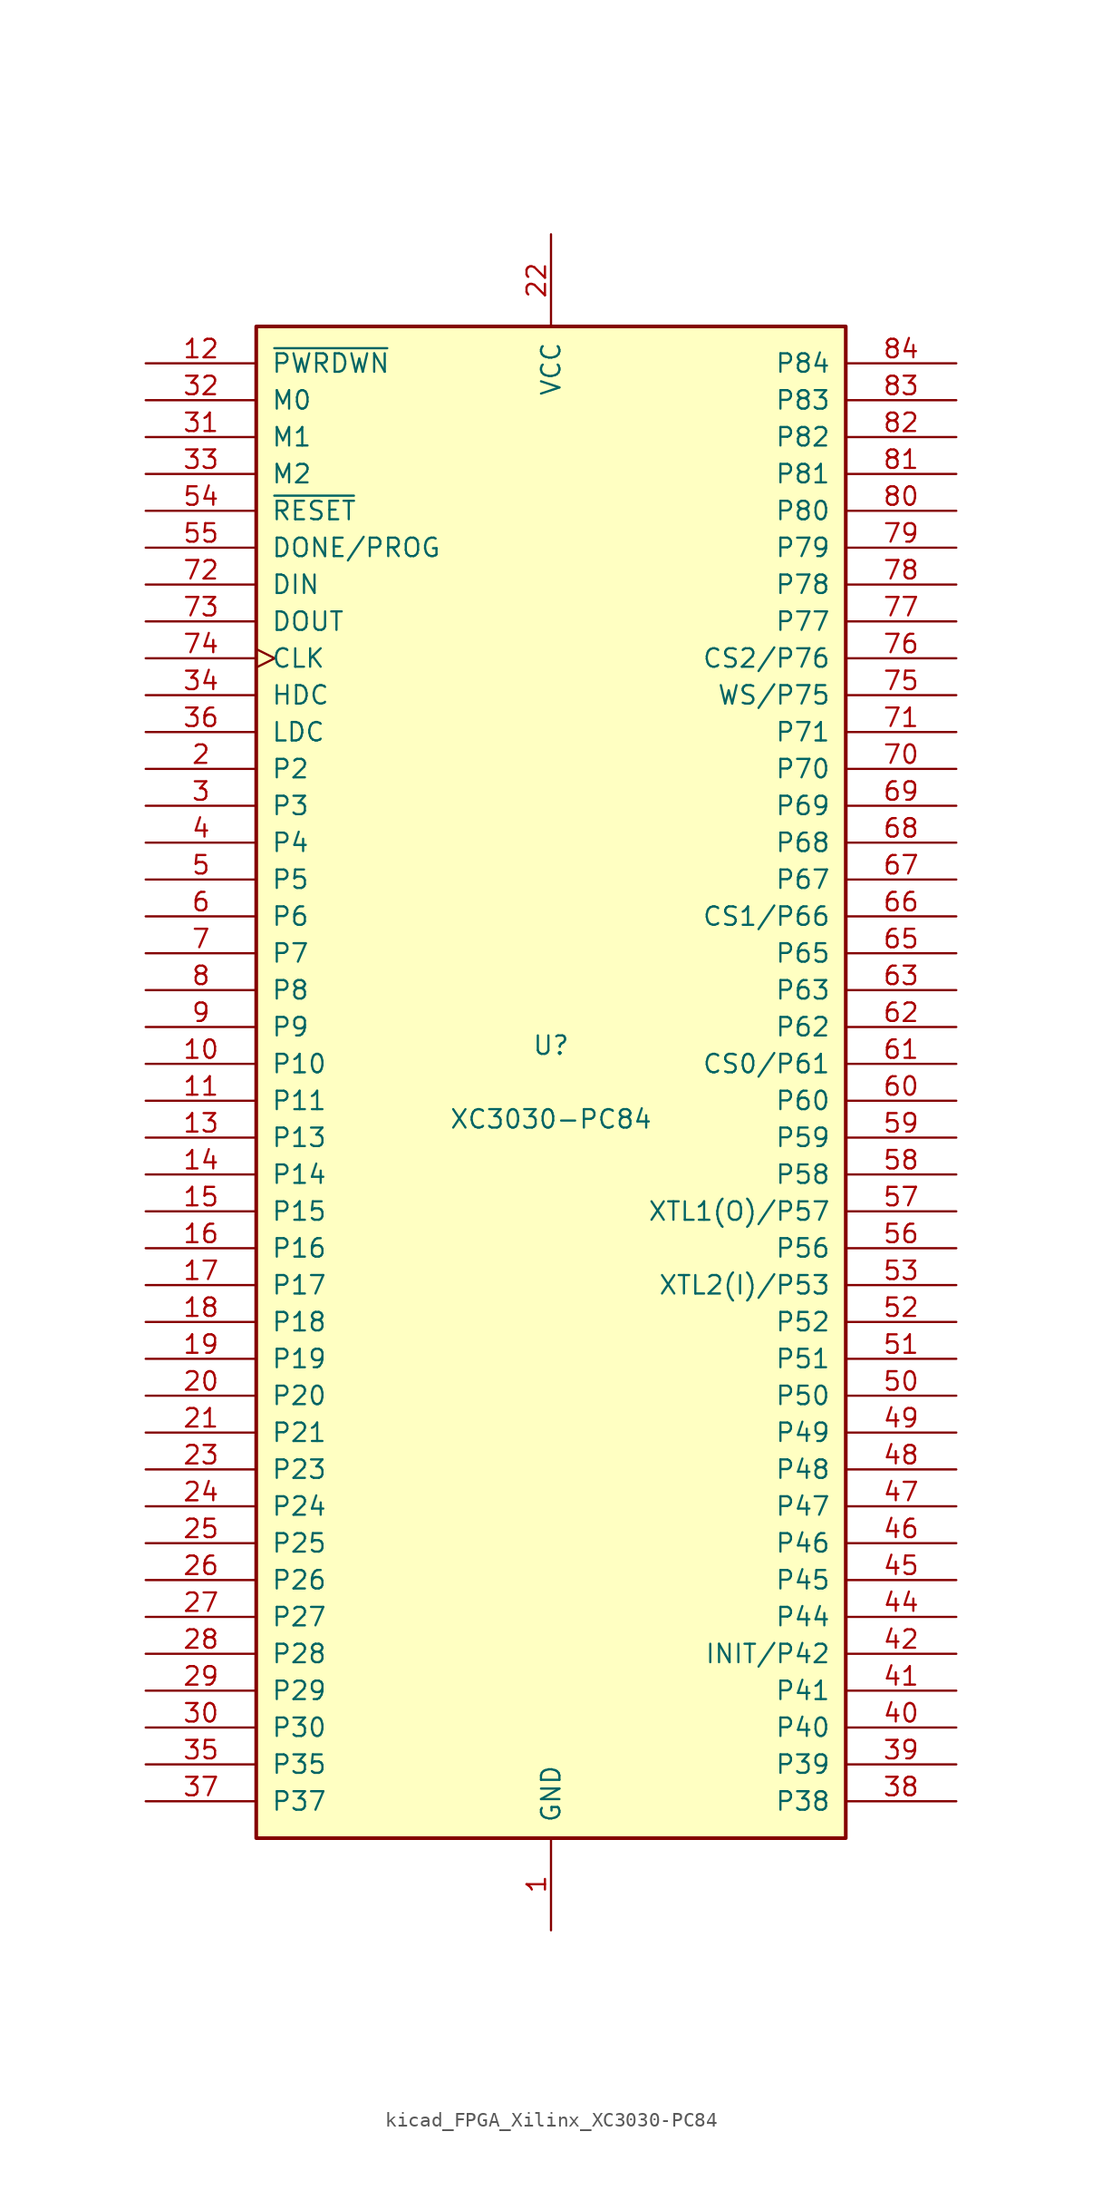
<source format=kicad_sym>
(kicad_symbol_lib
  (version 20220914)
  (generator kicad_symbol_editor)
  (symbol "kicad_FPGA_Xilinx_XC3030-PC84"
    (pin_names
      (offset 1.016))
    (property "Reference" "U"
      (at 0 2.54 0)
      (effects (font (size 1.27 1.27))))
    (property "Value" "XC3030-PC84"
      (at 0 -2.54 0)
      (effects (font (size 1.27 1.27))))
    (symbol "kicad_FPGA_Xilinx_XC3030-PC84_0_1"
      (rectangle (start -20.32 -52.07) (end 20.32 52.07) (stroke (width 0.254) (type default)) (fill (type background))))
    (symbol "kicad_FPGA_Xilinx_XC3030-PC84_1_1"
      (pin power_in line (at 0 -58.42 90) (length 6.35) (name "GND" (effects (font (size 1.27 1.27)))) (number "1" (effects (font (size 1.27 1.27)))))
      (pin passive line (at -27.94 1.27 0) (length 7.62) (name "P10" (effects (font (size 1.27 1.27)))) (number "10" (effects (font (size 1.27 1.27)))))
      (pin passive line (at -27.94 -1.27 0) (length 7.62) (name "P11" (effects (font (size 1.27 1.27)))) (number "11" (effects (font (size 1.27 1.27)))))
      (pin input line (at -27.94 49.53 0) (length 7.62) (name "~{PWRDWN}" (effects (font (size 1.27 1.27)))) (number "12" (effects (font (size 1.27 1.27)))))
      (pin passive line (at -27.94 -3.81 0) (length 7.62) (name "P13" (effects (font (size 1.27 1.27)))) (number "13" (effects (font (size 1.27 1.27)))))
      (pin passive line (at -27.94 -6.35 0) (length 7.62) (name "P14" (effects (font (size 1.27 1.27)))) (number "14" (effects (font (size 1.27 1.27)))))
      (pin passive line (at -27.94 -8.89 0) (length 7.62) (name "P15" (effects (font (size 1.27 1.27)))) (number "15" (effects (font (size 1.27 1.27)))))
      (pin passive line (at -27.94 -11.43 0) (length 7.62) (name "P16" (effects (font (size 1.27 1.27)))) (number "16" (effects (font (size 1.27 1.27)))))
      (pin passive line (at -27.94 -13.97 0) (length 7.62) (name "P17" (effects (font (size 1.27 1.27)))) (number "17" (effects (font (size 1.27 1.27)))))
      (pin passive line (at -27.94 -16.51 0) (length 7.62) (name "P18" (effects (font (size 1.27 1.27)))) (number "18" (effects (font (size 1.27 1.27)))))
      (pin passive line (at -27.94 -19.05 0) (length 7.62) (name "P19" (effects (font (size 1.27 1.27)))) (number "19" (effects (font (size 1.27 1.27)))))
      (pin passive line (at -27.94 21.59 0) (length 7.62) (name "P2" (effects (font (size 1.27 1.27)))) (number "2" (effects (font (size 1.27 1.27)))))
      (pin passive line (at -27.94 -21.59 0) (length 7.62) (name "P20" (effects (font (size 1.27 1.27)))) (number "20" (effects (font (size 1.27 1.27)))))
      (pin passive line (at -27.94 -24.13 0) (length 7.62) (name "P21" (effects (font (size 1.27 1.27)))) (number "21" (effects (font (size 1.27 1.27)))))
      (pin power_in line (at 0 58.42 270) (length 6.35) (name "VCC" (effects (font (size 1.27 1.27)))) (number "22" (effects (font (size 1.27 1.27)))))
      (pin passive line (at -27.94 -26.67 0) (length 7.62) (name "P23" (effects (font (size 1.27 1.27)))) (number "23" (effects (font (size 1.27 1.27)))))
      (pin passive line (at -27.94 -29.21 0) (length 7.62) (name "P24" (effects (font (size 1.27 1.27)))) (number "24" (effects (font (size 1.27 1.27)))))
      (pin passive line (at -27.94 -31.75 0) (length 7.62) (name "P25" (effects (font (size 1.27 1.27)))) (number "25" (effects (font (size 1.27 1.27)))))
      (pin passive line (at -27.94 -34.29 0) (length 7.62) (name "P26" (effects (font (size 1.27 1.27)))) (number "26" (effects (font (size 1.27 1.27)))))
      (pin passive line (at -27.94 -36.83 0) (length 7.62) (name "P27" (effects (font (size 1.27 1.27)))) (number "27" (effects (font (size 1.27 1.27)))))
      (pin passive line (at -27.94 -39.37 0) (length 7.62) (name "P28" (effects (font (size 1.27 1.27)))) (number "28" (effects (font (size 1.27 1.27)))))
      (pin passive line (at -27.94 -41.91 0) (length 7.62) (name "P29" (effects (font (size 1.27 1.27)))) (number "29" (effects (font (size 1.27 1.27)))))
      (pin passive line (at -27.94 19.05 0) (length 7.62) (name "P3" (effects (font (size 1.27 1.27)))) (number "3" (effects (font (size 1.27 1.27)))))
      (pin passive line (at -27.94 -44.45 0) (length 7.62) (name "P30" (effects (font (size 1.27 1.27)))) (number "30" (effects (font (size 1.27 1.27)))))
      (pin input line (at -27.94 44.45 0) (length 7.62) (name "M1" (effects (font (size 1.27 1.27)))) (number "31" (effects (font (size 1.27 1.27)))))
      (pin input line (at -27.94 46.99 0) (length 7.62) (name "M0" (effects (font (size 1.27 1.27)))) (number "32" (effects (font (size 1.27 1.27)))))
      (pin bidirectional line (at -27.94 41.91 0) (length 7.62) (name "M2" (effects (font (size 1.27 1.27)))) (number "33" (effects (font (size 1.27 1.27)))))
      (pin passive line (at -27.94 26.67 0) (length 7.62) (name "HDC" (effects (font (size 1.27 1.27)))) (number "34" (effects (font (size 1.27 1.27)))))
      (pin passive line (at -27.94 -46.99 0) (length 7.62) (name "P35" (effects (font (size 1.27 1.27)))) (number "35" (effects (font (size 1.27 1.27)))))
      (pin passive line (at -27.94 24.13 0) (length 7.62) (name "LDC" (effects (font (size 1.27 1.27)))) (number "36" (effects (font (size 1.27 1.27)))))
      (pin passive line (at -27.94 -49.53 0) (length 7.62) (name "P37" (effects (font (size 1.27 1.27)))) (number "37" (effects (font (size 1.27 1.27)))))
      (pin passive line (at 27.94 -49.53 180) (length 7.62) (name "P38" (effects (font (size 1.27 1.27)))) (number "38" (effects (font (size 1.27 1.27)))))
      (pin passive line (at 27.94 -46.99 180) (length 7.62) (name "P39" (effects (font (size 1.27 1.27)))) (number "39" (effects (font (size 1.27 1.27)))))
      (pin passive line (at -27.94 16.51 0) (length 7.62) (name "P4" (effects (font (size 1.27 1.27)))) (number "4" (effects (font (size 1.27 1.27)))))
      (pin passive line (at 27.94 -44.45 180) (length 7.62) (name "P40" (effects (font (size 1.27 1.27)))) (number "40" (effects (font (size 1.27 1.27)))))
      (pin passive line (at 27.94 -41.91 180) (length 7.62) (name "P41" (effects (font (size 1.27 1.27)))) (number "41" (effects (font (size 1.27 1.27)))))
      (pin passive line (at 27.94 -39.37 180) (length 7.62) (name "INIT/P42" (effects (font (size 1.27 1.27)))) (number "42" (effects (font (size 1.27 1.27)))))
      (pin passive line (at 0 -58.42 90) (length 6.35) hide (name "GND" (effects (font (size 1.27 1.27)))) (number "43" (effects (font (size 1.27 1.27)))))
      (pin passive line (at 27.94 -36.83 180) (length 7.62) (name "P44" (effects (font (size 1.27 1.27)))) (number "44" (effects (font (size 1.27 1.27)))))
      (pin passive line (at 27.94 -34.29 180) (length 7.62) (name "P45" (effects (font (size 1.27 1.27)))) (number "45" (effects (font (size 1.27 1.27)))))
      (pin passive line (at 27.94 -31.75 180) (length 7.62) (name "P46" (effects (font (size 1.27 1.27)))) (number "46" (effects (font (size 1.27 1.27)))))
      (pin passive line (at 27.94 -29.21 180) (length 7.62) (name "P47" (effects (font (size 1.27 1.27)))) (number "47" (effects (font (size 1.27 1.27)))))
      (pin passive line (at 27.94 -26.67 180) (length 7.62) (name "P48" (effects (font (size 1.27 1.27)))) (number "48" (effects (font (size 1.27 1.27)))))
      (pin passive line (at 27.94 -24.13 180) (length 7.62) (name "P49" (effects (font (size 1.27 1.27)))) (number "49" (effects (font (size 1.27 1.27)))))
      (pin passive line (at -27.94 13.97 0) (length 7.62) (name "P5" (effects (font (size 1.27 1.27)))) (number "5" (effects (font (size 1.27 1.27)))))
      (pin passive line (at 27.94 -21.59 180) (length 7.62) (name "P50" (effects (font (size 1.27 1.27)))) (number "50" (effects (font (size 1.27 1.27)))))
      (pin passive line (at 27.94 -19.05 180) (length 7.62) (name "P51" (effects (font (size 1.27 1.27)))) (number "51" (effects (font (size 1.27 1.27)))))
      (pin passive line (at 27.94 -16.51 180) (length 7.62) (name "P52" (effects (font (size 1.27 1.27)))) (number "52" (effects (font (size 1.27 1.27)))))
      (pin passive line (at 27.94 -13.97 180) (length 7.62) (name "XTL2(I)/P53" (effects (font (size 1.27 1.27)))) (number "53" (effects (font (size 1.27 1.27)))))
      (pin input line (at -27.94 39.37 0) (length 7.62) (name "~{RESET}" (effects (font (size 1.27 1.27)))) (number "54" (effects (font (size 1.27 1.27)))))
      (pin bidirectional line (at -27.94 36.83 0) (length 7.62) (name "DONE/PROG" (effects (font (size 1.27 1.27)))) (number "55" (effects (font (size 1.27 1.27)))))
      (pin passive line (at 27.94 -11.43 180) (length 7.62) (name "P56" (effects (font (size 1.27 1.27)))) (number "56" (effects (font (size 1.27 1.27)))))
      (pin passive line (at 27.94 -8.89 180) (length 7.62) (name "XTL1(O)/P57" (effects (font (size 1.27 1.27)))) (number "57" (effects (font (size 1.27 1.27)))))
      (pin passive line (at 27.94 -6.35 180) (length 7.62) (name "P58" (effects (font (size 1.27 1.27)))) (number "58" (effects (font (size 1.27 1.27)))))
      (pin passive line (at 27.94 -3.81 180) (length 7.62) (name "P59" (effects (font (size 1.27 1.27)))) (number "59" (effects (font (size 1.27 1.27)))))
      (pin passive line (at -27.94 11.43 0) (length 7.62) (name "P6" (effects (font (size 1.27 1.27)))) (number "6" (effects (font (size 1.27 1.27)))))
      (pin passive line (at 27.94 -1.27 180) (length 7.62) (name "P60" (effects (font (size 1.27 1.27)))) (number "60" (effects (font (size 1.27 1.27)))))
      (pin passive line (at 27.94 1.27 180) (length 7.62) (name "CS0/P61" (effects (font (size 1.27 1.27)))) (number "61" (effects (font (size 1.27 1.27)))))
      (pin passive line (at 27.94 3.81 180) (length 7.62) (name "P62" (effects (font (size 1.27 1.27)))) (number "62" (effects (font (size 1.27 1.27)))))
      (pin passive line (at 27.94 6.35 180) (length 7.62) (name "P63" (effects (font (size 1.27 1.27)))) (number "63" (effects (font (size 1.27 1.27)))))
      (pin passive line (at 0 58.42 270) (length 6.35) hide (name "VCC" (effects (font (size 1.27 1.27)))) (number "64" (effects (font (size 1.27 1.27)))))
      (pin passive line (at 27.94 8.89 180) (length 7.62) (name "P65" (effects (font (size 1.27 1.27)))) (number "65" (effects (font (size 1.27 1.27)))))
      (pin passive line (at 27.94 11.43 180) (length 7.62) (name "CS1/P66" (effects (font (size 1.27 1.27)))) (number "66" (effects (font (size 1.27 1.27)))))
      (pin passive line (at 27.94 13.97 180) (length 7.62) (name "P67" (effects (font (size 1.27 1.27)))) (number "67" (effects (font (size 1.27 1.27)))))
      (pin passive line (at 27.94 16.51 180) (length 7.62) (name "P68" (effects (font (size 1.27 1.27)))) (number "68" (effects (font (size 1.27 1.27)))))
      (pin passive line (at 27.94 19.05 180) (length 7.62) (name "P69" (effects (font (size 1.27 1.27)))) (number "69" (effects (font (size 1.27 1.27)))))
      (pin passive line (at -27.94 8.89 0) (length 7.62) (name "P7" (effects (font (size 1.27 1.27)))) (number "7" (effects (font (size 1.27 1.27)))))
      (pin passive line (at 27.94 21.59 180) (length 7.62) (name "P70" (effects (font (size 1.27 1.27)))) (number "70" (effects (font (size 1.27 1.27)))))
      (pin passive line (at 27.94 24.13 180) (length 7.62) (name "P71" (effects (font (size 1.27 1.27)))) (number "71" (effects (font (size 1.27 1.27)))))
      (pin input line (at -27.94 34.29 0) (length 7.62) (name "DIN" (effects (font (size 1.27 1.27)))) (number "72" (effects (font (size 1.27 1.27)))))
      (pin passive line (at -27.94 31.75 0) (length 7.62) (name "DOUT" (effects (font (size 1.27 1.27)))) (number "73" (effects (font (size 1.27 1.27)))))
      (pin bidirectional clock (at -27.94 29.21 0) (length 7.62) (name "CLK" (effects (font (size 1.27 1.27)))) (number "74" (effects (font (size 1.27 1.27)))))
      (pin passive line (at 27.94 26.67 180) (length 7.62) (name "WS/P75" (effects (font (size 1.27 1.27)))) (number "75" (effects (font (size 1.27 1.27)))))
      (pin passive line (at 27.94 29.21 180) (length 7.62) (name "CS2/P76" (effects (font (size 1.27 1.27)))) (number "76" (effects (font (size 1.27 1.27)))))
      (pin passive line (at 27.94 31.75 180) (length 7.62) (name "P77" (effects (font (size 1.27 1.27)))) (number "77" (effects (font (size 1.27 1.27)))))
      (pin passive line (at 27.94 34.29 180) (length 7.62) (name "P78" (effects (font (size 1.27 1.27)))) (number "78" (effects (font (size 1.27 1.27)))))
      (pin passive line (at 27.94 36.83 180) (length 7.62) (name "P79" (effects (font (size 1.27 1.27)))) (number "79" (effects (font (size 1.27 1.27)))))
      (pin passive line (at -27.94 6.35 0) (length 7.62) (name "P8" (effects (font (size 1.27 1.27)))) (number "8" (effects (font (size 1.27 1.27)))))
      (pin passive line (at 27.94 39.37 180) (length 7.62) (name "P80" (effects (font (size 1.27 1.27)))) (number "80" (effects (font (size 1.27 1.27)))))
      (pin passive line (at 27.94 41.91 180) (length 7.62) (name "P81" (effects (font (size 1.27 1.27)))) (number "81" (effects (font (size 1.27 1.27)))))
      (pin passive line (at 27.94 44.45 180) (length 7.62) (name "P82" (effects (font (size 1.27 1.27)))) (number "82" (effects (font (size 1.27 1.27)))))
      (pin passive line (at 27.94 46.99 180) (length 7.62) (name "P83" (effects (font (size 1.27 1.27)))) (number "83" (effects (font (size 1.27 1.27)))))
      (pin passive line (at 27.94 49.53 180) (length 7.62) (name "P84" (effects (font (size 1.27 1.27)))) (number "84" (effects (font (size 1.27 1.27)))))
      (pin passive line (at -27.94 3.81 0) (length 7.62) (name "P9" (effects (font (size 1.27 1.27)))) (number "9" (effects (font (size 1.27 1.27))))))))
</source>
